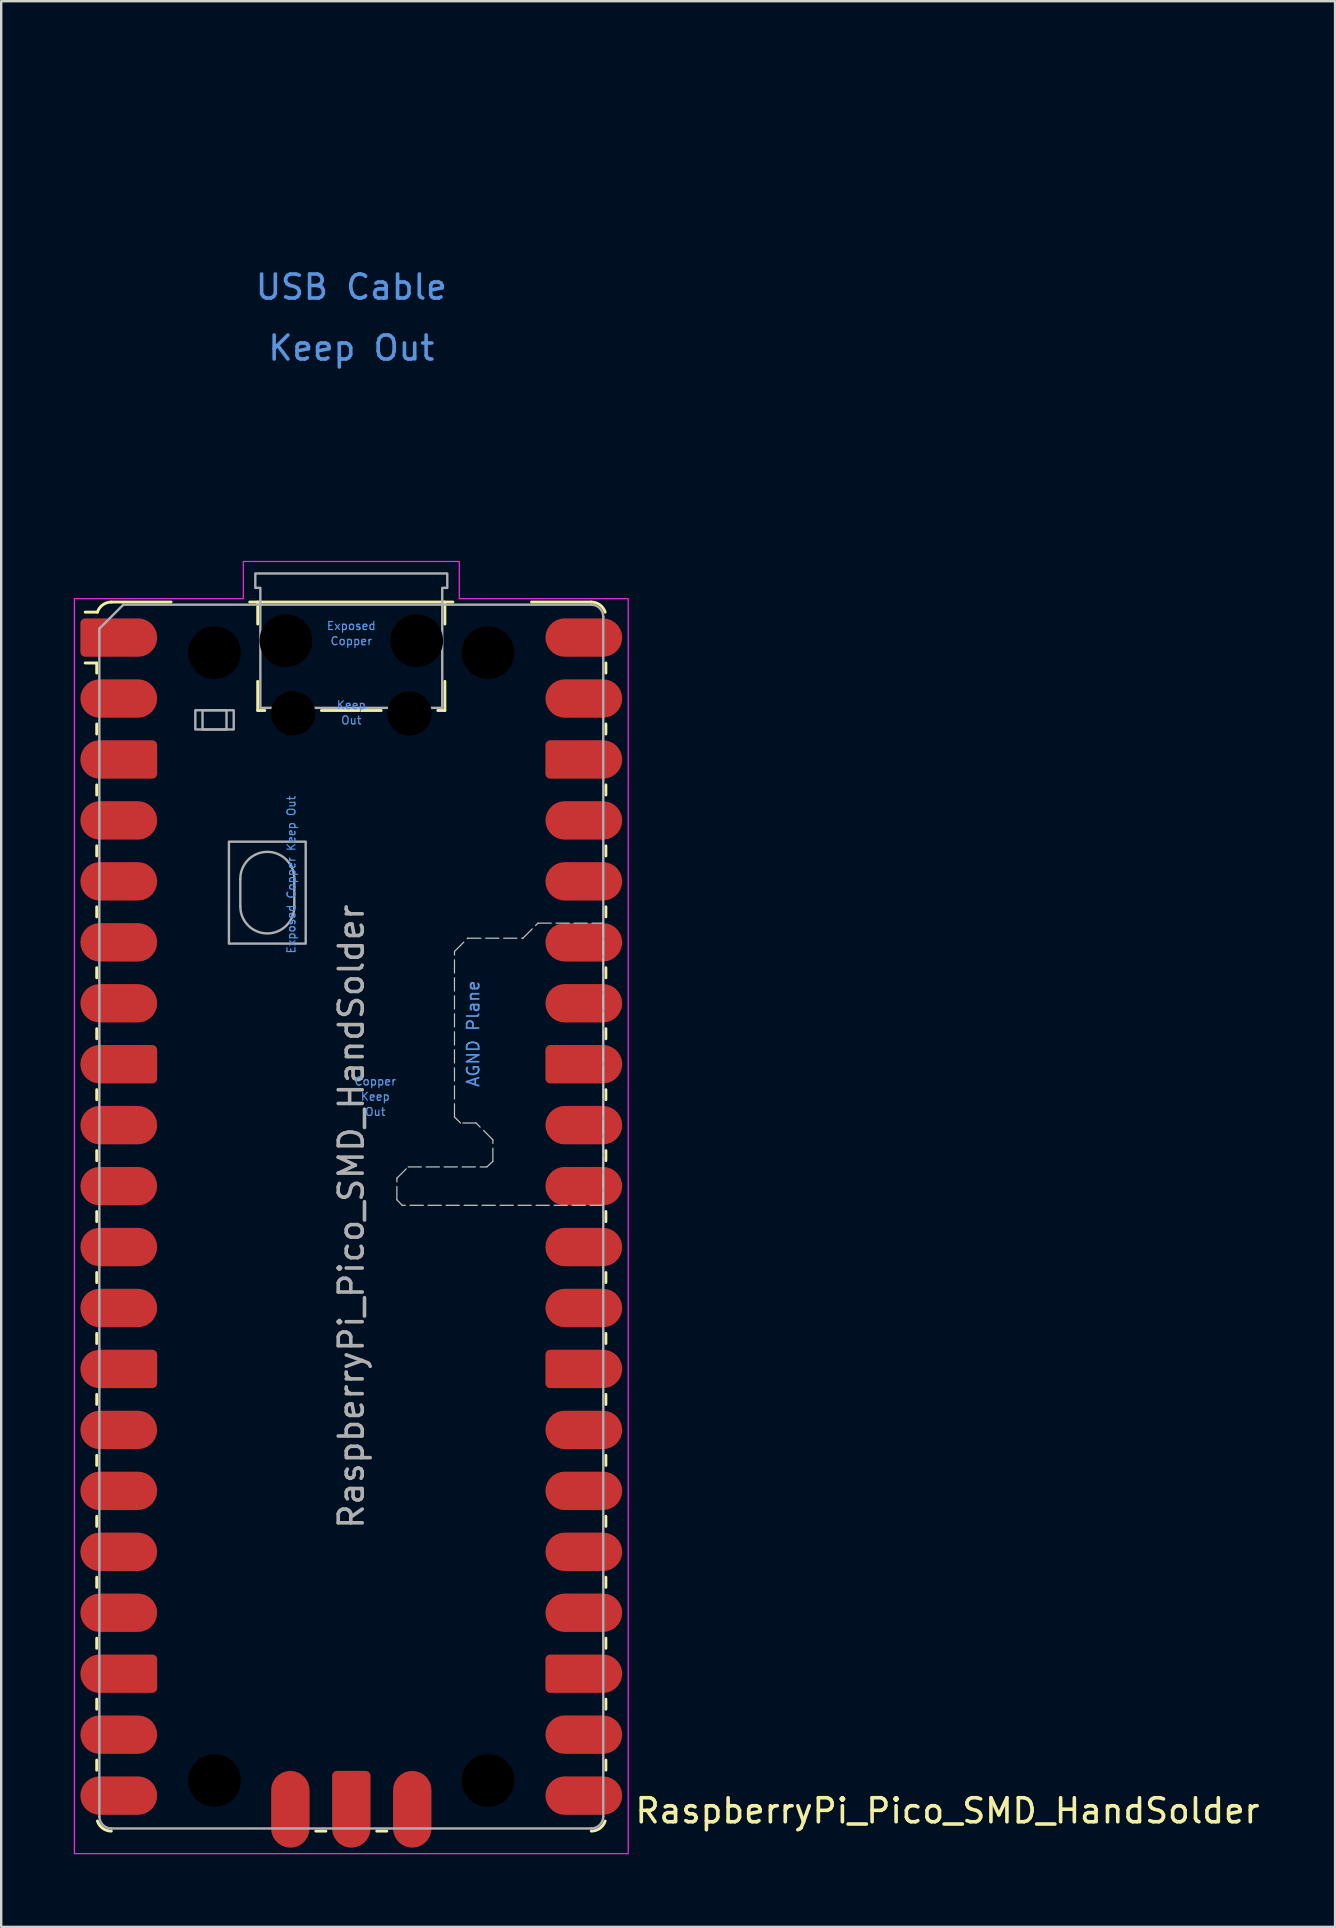
<source format=kicad_pcb>
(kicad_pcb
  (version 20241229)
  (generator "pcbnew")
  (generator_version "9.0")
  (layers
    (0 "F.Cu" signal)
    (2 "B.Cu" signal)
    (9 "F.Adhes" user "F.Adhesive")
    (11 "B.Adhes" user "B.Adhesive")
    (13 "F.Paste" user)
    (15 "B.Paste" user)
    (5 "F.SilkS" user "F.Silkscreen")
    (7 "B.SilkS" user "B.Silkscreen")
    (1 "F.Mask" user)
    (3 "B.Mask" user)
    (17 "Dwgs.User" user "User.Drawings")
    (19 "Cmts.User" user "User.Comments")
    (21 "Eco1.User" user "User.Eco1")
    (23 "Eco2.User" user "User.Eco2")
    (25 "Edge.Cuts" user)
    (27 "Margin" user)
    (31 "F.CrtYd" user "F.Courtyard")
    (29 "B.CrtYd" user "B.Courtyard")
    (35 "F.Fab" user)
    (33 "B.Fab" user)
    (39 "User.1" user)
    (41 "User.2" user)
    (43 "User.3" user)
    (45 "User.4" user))
  (footprint "RaspberryPi_Pico_SMD_HandSolder"
    (layer "F.Cu")
    (at 11.59 47.65)
    (property "Reference" "RaspberryPi_Pico_SMD_HandSolder" (at 11.748 24.765 0) (unlocked yes) (layer "F.SilkS") (effects (font (size 1 1) (thickness 0.15)) (justify left)))
    (attr smd)
    (fp_line (start -10.61 -23.07) (end -11.09 -23.07) (stroke (width 0.12) (type solid)) (layer "F.SilkS"))
    (fp_line (start -10.61 -23.07) (end -10.61 -22.65) (stroke (width 0.12) (type solid)) (layer "F.SilkS"))
    (fp_line (start -10.61 -20.53) (end -10.61 -20.11) (stroke (width 0.12) (type solid)) (layer "F.SilkS"))
    (fp_line (start -10.61 -17.99) (end -10.61 -17.57) (stroke (width 0.12) (type solid)) (layer "F.SilkS"))
    (fp_line (start -10.61 -15.45) (end -10.61 -15.03) (stroke (width 0.12) (type solid)) (layer "F.SilkS"))
    (fp_line (start -10.61 -12.91) (end -10.61 -12.49) (stroke (width 0.12) (type solid)) (layer "F.SilkS"))
    (fp_line (start -10.61 -10.37) (end -10.61 -9.95) (stroke (width 0.12) (type solid)) (layer "F.SilkS"))
    (fp_line (start -10.61 -7.83) (end -10.61 -7.41) (stroke (width 0.12) (type solid)) (layer "F.SilkS"))
    (fp_line (start -10.61 -5.29) (end -10.61 -4.87) (stroke (width 0.12) (type solid)) (layer "F.SilkS"))
    (fp_line (start -10.61 -2.75) (end -10.61 -2.33) (stroke (width 0.12) (type solid)) (layer "F.SilkS"))
    (fp_line (start -10.61 -0.21) (end -10.61 0.21) (stroke (width 0.12) (type solid)) (layer "F.SilkS"))
    (fp_line (start -10.61 2.33) (end -10.61 2.75) (stroke (width 0.12) (type solid)) (layer "F.SilkS"))
    (fp_line (start -10.61 4.87) (end -10.61 5.29) (stroke (width 0.12) (type solid)) (layer "F.SilkS"))
    (fp_line (start -10.61 7.41) (end -10.61 7.83) (stroke (width 0.12) (type solid)) (layer "F.SilkS"))
    (fp_line (start -10.61 9.95) (end -10.61 10.37) (stroke (width 0.12) (type solid)) (layer "F.SilkS"))
    (fp_line (start -10.61 12.49) (end -10.61 12.91) (stroke (width 0.12) (type solid)) (layer "F.SilkS"))
    (fp_line (start -10.61 15.03) (end -10.61 15.45) (stroke (width 0.12) (type solid)) (layer "F.SilkS"))
    (fp_line (start -10.61 17.57) (end -10.61 17.99) (stroke (width 0.12) (type solid)) (layer "F.SilkS"))
    (fp_line (start -10.61 20.11) (end -10.61 20.53) (stroke (width 0.12) (type solid)) (layer "F.SilkS"))
    (fp_line (start -10.61 22.65) (end -10.61 23.07) (stroke (width 0.12) (type solid)) (layer "F.SilkS"))
    (fp_line (start -10.58 -25.19) (end -11.09 -25.19) (stroke (width 0.12) (type solid)) (layer "F.SilkS"))
    (fp_line (start -10 -25.61) (end -7.51 -25.61) (stroke (width 0.12) (type solid)) (layer "F.SilkS"))
    (fp_line (start -4.235 -25.61) (end 4.235 -25.61) (stroke (width 0.12) (type solid)) (layer "F.SilkS"))
    (fp_line (start -3.9 -25.61) (end -3.9 -24.694) (stroke (width 0.12) (type solid)) (layer "F.SilkS"))
    (fp_line (start -3.9 -22.306) (end -3.9 -21.09) (stroke (width 0.12) (type solid)) (layer "F.SilkS"))
    (fp_line (start -3.9 -21.09) (end -3.604 -21.09) (stroke (width 0.12) (type solid)) (layer "F.SilkS"))
    (fp_line (start -1.48 25.61) (end -1.06 25.61) (stroke (width 0.12) (type solid)) (layer "F.SilkS"))
    (fp_line (start -1.246 -21.09) (end 1.246 -21.09) (stroke (width 0.12) (type solid)) (layer "F.SilkS"))
    (fp_line (start 1.06 25.61) (end 1.48 25.61) (stroke (width 0.12) (type solid)) (layer "F.SilkS"))
    (fp_line (start 3.604 -21.09) (end 3.9 -21.09) (stroke (width 0.12) (type solid)) (layer "F.SilkS"))
    (fp_line (start 3.9 -25.61) (end 3.9 -24.694) (stroke (width 0.12) (type solid)) (layer "F.SilkS"))
    (fp_line (start 3.9 -22.306) (end 3.9 -21.09) (stroke (width 0.12) (type solid)) (layer "F.SilkS"))
    (fp_line (start 10 -25.61) (end 7.51 -25.61) (stroke (width 0.12) (type solid)) (layer "F.SilkS"))
    (fp_line (start 10.61 -23.07) (end 10.61 -22.65) (stroke (width 0.12) (type solid)) (layer "F.SilkS"))
    (fp_line (start 10.61 -20.53) (end 10.61 -20.11) (stroke (width 0.12) (type solid)) (layer "F.SilkS"))
    (fp_line (start 10.61 -17.99) (end 10.61 -17.57) (stroke (width 0.12) (type solid)) (layer "F.SilkS"))
    (fp_line (start 10.61 -15.45) (end 10.61 -15.03) (stroke (width 0.12) (type solid)) (layer "F.SilkS"))
    (fp_line (start 10.61 -12.91) (end 10.61 -12.49) (stroke (width 0.12) (type solid)) (layer "F.SilkS"))
    (fp_line (start 10.61 -10.37) (end 10.61 -9.95) (stroke (width 0.12) (type solid)) (layer "F.SilkS"))
    (fp_line (start 10.61 -7.83) (end 10.61 -7.41) (stroke (width 0.12) (type solid)) (layer "F.SilkS"))
    (fp_line (start 10.61 -5.29) (end 10.61 -4.87) (stroke (width 0.12) (type solid)) (layer "F.SilkS"))
    (fp_line (start 10.61 -2.75) (end 10.61 -2.33) (stroke (width 0.12) (type solid)) (layer "F.SilkS"))
    (fp_line (start 10.61 -0.21) (end 10.61 0.21) (stroke (width 0.12) (type solid)) (layer "F.SilkS"))
    (fp_line (start 10.61 2.33) (end 10.61 2.75) (stroke (width 0.12) (type solid)) (layer "F.SilkS"))
    (fp_line (start 10.61 4.87) (end 10.61 5.29) (stroke (width 0.12) (type solid)) (layer "F.SilkS"))
    (fp_line (start 10.61 7.41) (end 10.61 7.83) (stroke (width 0.12) (type solid)) (layer "F.SilkS"))
    (fp_line (start 10.61 9.95) (end 10.61 10.37) (stroke (width 0.12) (type solid)) (layer "F.SilkS"))
    (fp_line (start 10.61 12.49) (end 10.61 12.91) (stroke (width 0.12) (type solid)) (layer "F.SilkS"))
    (fp_line (start 10.61 15.03) (end 10.61 15.45) (stroke (width 0.12) (type solid)) (layer "F.SilkS"))
    (fp_line (start 10.61 17.57) (end 10.61 17.99) (stroke (width 0.12) (type solid)) (layer "F.SilkS"))
    (fp_line (start 10.61 20.11) (end 10.61 20.53) (stroke (width 0.12) (type solid)) (layer "F.SilkS"))
    (fp_line (start 10.61 22.65) (end 10.61 23.07) (stroke (width 0.12) (type solid)) (layer "F.SilkS"))
    (fp_arc (start -10.579676 -25.19) (mid -10.357938 -25.493944) (end -10 -25.61) (stroke (width 0.12) (type solid)) (layer "F.SilkS"))
    (fp_arc (start -10 25.61) (mid -10.357937 25.493944) (end -10.579676 25.189937) (stroke (width 0.12) (type solid)) (layer "F.SilkS"))
    (fp_arc (start 10 -25.61) (mid 10.357937 -25.493944) (end 10.579676 -25.189937) (stroke (width 0.12) (type solid)) (layer "F.SilkS"))
    (fp_arc (start 10.579676 25.189937) (mid 10.357958 25.493991) (end 10 25.61) (stroke (width 0.12) (type solid)) (layer "F.SilkS"))
    (fp_poly (pts (xy 10.5 -0.47) (xy 2.12 -0.47) (xy 1.9 -0.7) (xy 1.9 -1.6) (xy 2.37 -2.07) (xy 5.65 -2.07) (xy 5.9 -2.3) (xy 5.9 -3.2) (xy 5.2 -3.9) (xy 4.55 -3.9) (xy 4.3 -4.15) (xy 4.3 -11.05) (xy 4.85 -11.6) (xy 7.15 -11.6) (xy 7.78 -12.23) (xy 10.5 -12.23)) (stroke (width 0.05) (type dash)) (fill no) (layer "Dwgs.User"))
    (fp_poly (pts (xy -4.5 -27.3) (xy 4.5 -27.3) (xy 4.5 -25.75) (xy 11.54 -25.75) (xy 11.54 26.55) (xy -11.54 26.55) (xy -11.54 -25.75) (xy -4.5 -25.75)) (stroke (width 0.05) (type solid)) (fill no) (layer "F.CrtYd"))
    (fp_line (start -10.5 -24.5) (end -9.5 -25.5) (stroke (width 0.1) (type solid)) (layer "F.Fab"))
    (fp_line (start -10.5 25) (end -10.5 -24.5) (stroke (width 0.1) (type solid)) (layer "F.Fab"))
    (fp_line (start -9.5 -25.5) (end 10 -25.5) (stroke (width 0.1) (type solid)) (layer "F.Fab"))
    (fp_line (start -4.625 -14.075) (end -4.625 -12.925) (stroke (width 0.1) (type solid)) (layer "F.Fab"))
    (fp_line (start -2.375 -14.075) (end -2.375 -12.925) (stroke (width 0.1) (type solid)) (layer "F.Fab"))
    (fp_line (start 10 25.5) (end -10 25.5) (stroke (width 0.1) (type solid)) (layer "F.Fab"))
    (fp_line (start 10.5 -25) (end 10.5 25) (stroke (width 0.1) (type solid)) (layer "F.Fab"))
    (fp_rect (start -6.5 -21.1) (end -4.9 -20.3) (stroke (width 0.1) (type solid)) (fill no) (layer "F.Fab"))
    (fp_rect (start -6.2 -21.1) (end -5.2 -20.3) (stroke (width 0.1) (type solid)) (fill no) (layer "F.Fab"))
    (fp_rect (start -5.1 -15.625) (end -1.9 -11.375) (stroke (width 0.1) (type solid)) (fill no) (layer "F.Fab"))
    (fp_arc (start -10 25.5) (mid -10.353553 25.353553) (end -10.5 25) (stroke (width 0.1) (type solid)) (layer "F.Fab"))
    (fp_arc (start -4.625 -14.075) (mid -3.5 -15.2) (end -2.375 -14.075) (stroke (width 0.1) (type solid)) (layer "F.Fab"))
    (fp_arc (start -2.375 -12.925) (mid -3.5 -11.8) (end -4.625 -12.925) (stroke (width 0.1) (type solid)) (layer "F.Fab"))
    (fp_arc (start 10 -25.5) (mid 10.353553 -25.353553) (end 10.5 -25) (stroke (width 0.1) (type solid)) (layer "F.Fab"))
    (fp_arc (start 10.5 25) (mid 10.353553 25.353553) (end 10 25.5) (stroke (width 0.1) (type solid)) (layer "F.Fab"))
    (fp_poly (pts (xy 3.79 -21.2) (xy 3.79 -26.2) (xy 4 -26.2) (xy 4 -26.8) (xy -4 -26.8) (xy -4 -26.2) (xy -3.79 -26.2) (xy -3.79 -21.2)) (stroke (width 0.1) (type solid)) (fill no) (layer "F.Fab"))
    (fp_text user "Copper" (at 0 -23.983 0) (unlocked yes) (layer "Cmts.User") (effects (font (size 0.333 0.333) (thickness 0.05))))
    (fp_text user "Keep" (at 0 -21.317 0) (unlocked yes) (layer "Cmts.User") (effects (font (size 0.333 0.333) (thickness 0.05))))
    (fp_text user "Keep Out" (at 0 -36.195 0) (unlocked yes) (layer "Cmts.User") (effects (font (size 1 1) (thickness 0.15))))
    (fp_text user "USB Cable" (at 0 -38.735 0) (unlocked yes) (layer "Cmts.User") (effects (font (size 1 1) (thickness 0.15))))
    (fp_text user "Exposed Copper Keep Out" (at -2.5 -14.25 90) (unlocked yes) (layer "Cmts.User") (effects (font (size 0.333 0.333) (thickness 0.05))))
    (fp_text user "Out" (at 1 -4.365 0) (unlocked yes) (layer "Cmts.User") (effects (font (size 0.333 0.333) (thickness 0.05))))
    (fp_text user "Out" (at 0 -20.683 0) (unlocked yes) (layer "Cmts.User") (effects (font (size 0.333 0.333) (thickness 0.05))))
    (fp_text user "Keep" (at 1 -5 0) (unlocked yes) (layer "Cmts.User") (effects (font (size 0.333 0.333) (thickness 0.05))))
    (fp_text user "Copper" (at 1 -5.635 0) (unlocked yes) (layer "Cmts.User") (effects (font (size 0.333 0.333) (thickness 0.05))))
    (fp_text user "AGND Plane" (at 5.08 -7.62 90) (unlocked yes) (layer "Cmts.User") (effects (font (size 0.5 0.5) (thickness 0.075))))
    (fp_text user "Exposed" (at 0 -24.617 0) (unlocked yes) (layer "Cmts.User") (effects (font (size 0.333 0.333) (thickness 0.05))))
    (fp_text user "${REFERENCE}" (at 0 0 90) (layer "F.Fab") (effects (font (size 1 1) (thickness 0.15))))
    (pad "" smd rect (at -8.89 -24.13) (size 3.8 2.2) (drill (offset -0.8 0)) (layers "F.Paste"))
    (pad "" smd rect (at -8.89 -21.59) (size 3.8 2.2) (drill (offset -0.8 0)) (layers "F.Paste"))
    (pad "" smd rect (at -8.89 -19.05) (size 3.8 2.2) (drill (offset -0.8 0)) (layers "F.Paste"))
    (pad "" smd rect (at -8.89 -16.51) (size 3.8 2.2) (drill (offset -0.8 0)) (layers "F.Paste"))
    (pad "" smd rect (at -8.89 -13.97) (size 3.8 2.2) (drill (offset -0.8 0)) (layers "F.Paste"))
    (pad "" smd rect (at -8.89 -11.43) (size 3.8 2.2) (drill (offset -0.8 0)) (layers "F.Paste"))
    (pad "" smd rect (at -8.89 -8.89) (size 3.8 2.2) (drill (offset -0.8 0)) (layers "F.Paste"))
    (pad "" smd rect (at -8.89 -6.35) (size 3.8 2.2) (drill (offset -0.8 0)) (layers "F.Paste"))
    (pad "" smd rect (at -8.89 -3.81) (size 3.8 2.2) (drill (offset -0.8 0)) (layers "F.Paste"))
    (pad "" smd rect (at -8.89 -1.27) (size 3.8 2.2) (drill (offset -0.8 0)) (layers "F.Paste"))
    (pad "" smd rect (at -8.89 1.27) (size 3.8 2.2) (drill (offset -0.8 0)) (layers "F.Paste"))
    (pad "" smd rect (at -8.89 3.81) (size 3.8 2.2) (drill (offset -0.8 0)) (layers "F.Paste"))
    (pad "" smd rect (at -8.89 6.35) (size 3.8 2.2) (drill (offset -0.8 0)) (layers "F.Paste"))
    (pad "" smd rect (at -8.89 8.89) (size 3.8 2.2) (drill (offset -0.8 0)) (layers "F.Paste"))
    (pad "" smd rect (at -8.89 11.43) (size 3.8 2.2) (drill (offset -0.8 0)) (layers "F.Paste"))
    (pad "" smd rect (at -8.89 13.97) (size 3.8 2.2) (drill (offset -0.8 0)) (layers "F.Paste"))
    (pad "" smd rect (at -8.89 16.51) (size 3.8 2.2) (drill (offset -0.8 0)) (layers "F.Paste"))
    (pad "" smd rect (at -8.89 19.05) (size 3.8 2.2) (drill (offset -0.8 0)) (layers "F.Paste"))
    (pad "" smd rect (at -8.89 21.59) (size 3.8 2.2) (drill (offset -0.8 0)) (layers "F.Paste"))
    (pad "" smd rect (at -8.89 24.13) (size 3.8 2.2) (drill (offset -0.8 0)) (layers "F.Paste"))
    (pad "" np_thru_hole circle (at -5.7 -23.5) (size 3 3) (drill 2.2) (layers "*.Mask"))
    (pad "" np_thru_hole circle (at -5.7 23.5) (size 3 3) (drill 2.2) (layers "*.Mask"))
    (pad "" np_thru_hole circle (at -2.725 -24) (size 2.2 2.2) (drill 2.2) (layers "*.Mask"))
    (pad "" smd rect (at -2.54 23.9) (size 2.2 3.8) (drill (offset 0 0.8)) (layers "F.Paste"))
    (pad "" np_thru_hole circle (at -2.425 -20.97) (size 1.85 1.85) (drill 1.85) (layers "*.Mask"))
    (pad "" smd rect (at 0 23.9) (size 2.2 3.8) (drill (offset 0 0.8)) (layers "F.Paste"))
    (pad "" np_thru_hole circle (at 2.425 -20.97) (size 1.85 1.85) (drill 1.85) (layers "*.Mask"))
    (pad "" smd rect (at 2.54 23.9) (size 2.2 3.8) (drill (offset 0 0.8)) (layers "F.Paste"))
    (pad "" np_thru_hole circle (at 2.725 -24) (size 2.2 2.2) (drill 2.2) (layers "*.Mask"))
    (pad "" np_thru_hole circle (at 5.7 -23.5) (size 3 3) (drill 2.2) (layers "*.Mask"))
    (pad "" np_thru_hole circle (at 5.7 23.5) (size 3 3) (drill 2.2) (layers "*.Mask"))
    (pad "" smd rect (at 8.89 -24.13) (size 3.8 2.2) (drill (offset 0.8 0)) (layers "F.Paste"))
    (pad "" smd rect (at 8.89 -21.59) (size 3.8 2.2) (drill (offset 0.8 0)) (layers "F.Paste"))
    (pad "" smd rect (at 8.89 -19.05) (size 3.8 2.2) (drill (offset 0.8 0)) (layers "F.Paste"))
    (pad "" smd rect (at 8.89 -16.51) (size 3.8 2.2) (drill (offset 0.8 0)) (layers "F.Paste"))
    (pad "" smd rect (at 8.89 -13.97) (size 3.8 2.2) (drill (offset 0.8 0)) (layers "F.Paste"))
    (pad "" smd rect (at 8.89 -11.43) (size 3.8 2.2) (drill (offset 0.8 0)) (layers "F.Paste"))
    (pad "" smd rect (at 8.89 -8.89) (size 3.8 2.2) (drill (offset 0.8 0)) (layers "F.Paste"))
    (pad "" smd rect (at 8.89 -6.35) (size 3.8 2.2) (drill (offset 0.8 0)) (layers "F.Paste"))
    (pad "" smd rect (at 8.89 -3.81) (size 3.8 2.2) (drill (offset 0.8 0)) (layers "F.Paste"))
    (pad "" smd rect (at 8.89 -1.27) (size 3.8 2.2) (drill (offset 0.8 0)) (layers "F.Paste"))
    (pad "" smd rect (at 8.89 1.27) (size 3.8 2.2) (drill (offset 0.8 0)) (layers "F.Paste"))
    (pad "" smd rect (at 8.89 3.81) (size 3.8 2.2) (drill (offset 0.8 0)) (layers "F.Paste"))
    (pad "" smd rect (at 8.89 6.35) (size 3.8 2.2) (drill (offset 0.8 0)) (layers "F.Paste"))
    (pad "" smd rect (at 8.89 8.89) (size 3.8 2.2) (drill (offset 0.8 0)) (layers "F.Paste"))
    (pad "" smd rect (at 8.89 11.43) (size 3.8 2.2) (drill (offset 0.8 0)) (layers "F.Paste"))
    (pad "" smd rect (at 8.89 13.97) (size 3.8 2.2) (drill (offset 0.8 0)) (layers "F.Paste"))
    (pad "" smd rect (at 8.89 16.51) (size 3.8 2.2) (drill (offset 0.8 0)) (layers "F.Paste"))
    (pad "" smd rect (at 8.89 19.05) (size 3.8 2.2) (drill (offset 0.8 0)) (layers "F.Paste"))
    (pad "" smd rect (at 8.89 21.59) (size 3.8 2.2) (drill (offset 0.8 0)) (layers "F.Paste"))
    (pad "" smd rect (at 8.89 24.13) (size 3.8 2.2) (drill (offset 0.8 0)) (layers "F.Paste"))
    (pad "1" smd custom (at -9.69 -24.13) (size 1.6 0.8) (layers "F.Cu" "F.Mask") (options (anchor rect)) (primitives (gr_circle (center 0.8 0) (end 1.6 0) (width 0) (fill yes)) (gr_poly (pts (xy -1.6 -0.6) (xy -1.6 0.6) (xy -1.4 0.8) (xy 0.8 0.8) (xy 0.8 -0.8) (xy -1.4 -0.8)) (width 0) (fill yes)) (gr_circle (center -1.4 -0.6) (end -1.2 -0.6) (width 0) (fill yes)) (gr_circle (center -1.4 0.6) (end -1.2 0.6) (width 0) (fill yes))))
    (pad "2" smd roundrect (at -9.69 -21.59) (size 3.2 1.6) (layers "F.Cu" "F.Mask") (roundrect_rratio 0.5))
    (pad "3" smd custom (at -9.69 -19.05) (size 1.6 0.8) (layers "F.Cu" "F.Mask") (options (anchor rect)) (primitives (gr_circle (center -0.8 0) (end 0 0) (width 0) (fill yes)) (gr_poly (pts (xy 1.6 -0.6) (xy 1.6 0.6) (xy 1.4 0.8) (xy -0.8 0.8) (xy -0.8 -0.8) (xy 1.4 -0.8)) (width 0) (fill yes)) (gr_circle (center 1.4 -0.6) (end 1.6 -0.6) (width 0) (fill yes)) (gr_circle (center 1.4 0.6) (end 1.6 0.6) (width 0) (fill yes))))
    (pad "4" smd roundrect (at -9.69 -16.51) (size 3.2 1.6) (layers "F.Cu" "F.Mask") (roundrect_rratio 0.5))
    (pad "5" smd roundrect (at -9.69 -13.97) (size 3.2 1.6) (layers "F.Cu" "F.Mask") (roundrect_rratio 0.5))
    (pad "6" smd roundrect (at -9.69 -11.43) (size 3.2 1.6) (layers "F.Cu" "F.Mask") (roundrect_rratio 0.5))
    (pad "7" smd roundrect (at -9.69 -8.89) (size 3.2 1.6) (layers "F.Cu" "F.Mask") (roundrect_rratio 0.5))
    (pad "8" smd custom (at -9.69 -6.35) (size 1.6 0.8) (layers "F.Cu" "F.Mask") (options (anchor rect)) (primitives (gr_circle (center -0.8 0) (end 0 0) (width 0) (fill yes)) (gr_poly (pts (xy 1.6 -0.6) (xy 1.6 0.6) (xy 1.4 0.8) (xy -0.8 0.8) (xy -0.8 -0.8) (xy 1.4 -0.8)) (width 0) (fill yes)) (gr_circle (center 1.4 -0.6) (end 1.6 -0.6) (width 0) (fill yes)) (gr_circle (center 1.4 0.6) (end 1.6 0.6) (width 0) (fill yes))))
    (pad "9" smd roundrect (at -9.69 -3.81) (size 3.2 1.6) (layers "F.Cu" "F.Mask") (roundrect_rratio 0.5))
    (pad "10" smd roundrect (at -9.69 -1.27) (size 3.2 1.6) (layers "F.Cu" "F.Mask") (roundrect_rratio 0.5))
    (pad "11" smd roundrect (at -9.69 1.27) (size 3.2 1.6) (layers "F.Cu" "F.Mask") (roundrect_rratio 0.5))
    (pad "12" smd roundrect (at -9.69 3.81) (size 3.2 1.6) (layers "F.Cu" "F.Mask") (roundrect_rratio 0.5))
    (pad "13" smd custom (at -9.69 6.35) (size 1.6 0.8) (layers "F.Cu" "F.Mask") (options (anchor rect)) (primitives (gr_circle (center -0.8 0) (end 0 0) (width 0) (fill yes)) (gr_poly (pts (xy 1.6 -0.6) (xy 1.6 0.6) (xy 1.4 0.8) (xy -0.8 0.8) (xy -0.8 -0.8) (xy 1.4 -0.8)) (width 0) (fill yes)) (gr_circle (center 1.4 -0.6) (end 1.6 -0.6) (width 0) (fill yes)) (gr_circle (center 1.4 0.6) (end 1.6 0.6) (width 0) (fill yes))))
    (pad "14" smd roundrect (at -9.69 8.89) (size 3.2 1.6) (layers "F.Cu" "F.Mask") (roundrect_rratio 0.5))
    (pad "15" smd roundrect (at -9.69 11.43) (size 3.2 1.6) (layers "F.Cu" "F.Mask") (roundrect_rratio 0.5))
    (pad "16" smd roundrect (at -9.69 13.97) (size 3.2 1.6) (layers "F.Cu" "F.Mask") (roundrect_rratio 0.5))
    (pad "17" smd roundrect (at -9.69 16.51) (size 3.2 1.6) (layers "F.Cu" "F.Mask") (roundrect_rratio 0.5))
    (pad "18" smd custom (at -9.69 19.05) (size 1.6 0.8) (layers "F.Cu" "F.Mask") (options (anchor rect)) (primitives (gr_circle (center -0.8 0) (end 0 0) (width 0) (fill yes)) (gr_poly (pts (xy 1.6 -0.6) (xy 1.6 0.6) (xy 1.4 0.8) (xy -0.8 0.8) (xy -0.8 -0.8) (xy 1.4 -0.8)) (width 0) (fill yes)) (gr_circle (center 1.4 -0.6) (end 1.6 -0.6) (width 0) (fill yes)) (gr_circle (center 1.4 0.6) (end 1.6 0.6) (width 0) (fill yes))))
    (pad "19" smd roundrect (at -9.69 21.59) (size 3.2 1.6) (layers "F.Cu" "F.Mask") (roundrect_rratio 0.5))
    (pad "20" smd roundrect (at -9.69 24.13) (size 3.2 1.6) (layers "F.Cu" "F.Mask") (roundrect_rratio 0.5))
    (pad "21" smd roundrect (at 9.69 24.13) (size 3.2 1.6) (layers "F.Cu" "F.Mask") (roundrect_rratio 0.5))
    (pad "22" smd roundrect (at 9.69 21.59) (size 3.2 1.6) (layers "F.Cu" "F.Mask") (roundrect_rratio 0.5))
    (pad "23" smd custom (at 9.69 19.05) (size 1.6 0.8) (layers "F.Cu" "F.Mask") (options (anchor rect)) (primitives (gr_circle (center 0.8 0) (end 1.6 0) (width 0) (fill yes)) (gr_poly (pts (xy -1.6 -0.6) (xy -1.6 0.6) (xy -1.4 0.8) (xy 0.8 0.8) (xy 0.8 -0.8) (xy -1.4 -0.8)) (width 0) (fill yes)) (gr_circle (center -1.4 -0.6) (end -1.2 -0.6) (width 0) (fill yes)) (gr_circle (center -1.4 0.6) (end -1.2 0.6) (width 0) (fill yes))))
    (pad "24" smd roundrect (at 9.69 16.51) (size 3.2 1.6) (layers "F.Cu" "F.Mask") (roundrect_rratio 0.5))
    (pad "25" smd roundrect (at 9.69 13.97) (size 3.2 1.6) (layers "F.Cu" "F.Mask") (roundrect_rratio 0.5))
    (pad "26" smd roundrect (at 9.69 11.43) (size 3.2 1.6) (layers "F.Cu" "F.Mask") (roundrect_rratio 0.5))
    (pad "27" smd roundrect (at 9.69 8.89) (size 3.2 1.6) (layers "F.Cu" "F.Mask") (roundrect_rratio 0.5))
    (pad "28" smd custom (at 9.69 6.35) (size 1.6 0.8) (layers "F.Cu" "F.Mask") (options (anchor rect)) (primitives (gr_circle (center 0.8 0) (end 1.6 0) (width 0) (fill yes)) (gr_poly (pts (xy -1.6 -0.6) (xy -1.6 0.6) (xy -1.4 0.8) (xy 0.8 0.8) (xy 0.8 -0.8) (xy -1.4 -0.8)) (width 0) (fill yes)) (gr_circle (center -1.4 -0.6) (end -1.2 -0.6) (width 0) (fill yes)) (gr_circle (center -1.4 0.6) (end -1.2 0.6) (width 0) (fill yes))))
    (pad "29" smd roundrect (at 9.69 3.81) (size 3.2 1.6) (layers "F.Cu" "F.Mask") (roundrect_rratio 0.5))
    (pad "30" smd roundrect (at 9.69 1.27) (size 3.2 1.6) (layers "F.Cu" "F.Mask") (roundrect_rratio 0.5))
    (pad "31" smd roundrect (at 9.69 -1.27) (size 3.2 1.6) (layers "F.Cu" "F.Mask") (roundrect_rratio 0.5))
    (pad "32" smd roundrect (at 9.69 -3.81) (size 3.2 1.6) (layers "F.Cu" "F.Mask") (roundrect_rratio 0.5))
    (pad "33" smd custom (at 9.69 -6.35) (size 1.6 0.8) (layers "F.Cu" "F.Mask") (options (anchor rect)) (primitives (gr_circle (center 0.8 0) (end 1.6 0) (width 0) (fill yes)) (gr_poly (pts (xy -1.6 -0.6) (xy -1.6 0.6) (xy -1.4 0.8) (xy 0.8 0.8) (xy 0.8 -0.8) (xy -1.4 -0.8)) (width 0) (fill yes)) (gr_circle (center -1.4 -0.6) (end -1.2 -0.6) (width 0) (fill yes)) (gr_circle (center -1.4 0.6) (end -1.2 0.6) (width 0) (fill yes))))
    (pad "34" smd roundrect (at 9.69 -8.89) (size 3.2 1.6) (layers "F.Cu" "F.Mask") (roundrect_rratio 0.5))
    (pad "35" smd roundrect (at 9.69 -11.43) (size 3.2 1.6) (layers "F.Cu" "F.Mask") (roundrect_rratio 0.5))
    (pad "36" smd roundrect (at 9.69 -13.97) (size 3.2 1.6) (layers "F.Cu" "F.Mask") (roundrect_rratio 0.5))
    (pad "37" smd roundrect (at 9.69 -16.51) (size 3.2 1.6) (layers "F.Cu" "F.Mask") (roundrect_rratio 0.5))
    (pad "38" smd custom (at 9.69 -19.05) (size 1.6 0.8) (layers "F.Cu" "F.Mask") (options (anchor rect)) (primitives (gr_circle (center 0.8 0) (end 1.6 0) (width 0) (fill yes)) (gr_poly (pts (xy -1.6 -0.6) (xy -1.6 0.6) (xy -1.4 0.8) (xy 0.8 0.8) (xy 0.8 -0.8) (xy -1.4 -0.8)) (width 0) (fill yes)) (gr_circle (center -1.4 -0.6) (end -1.2 -0.6) (width 0) (fill yes)) (gr_circle (center -1.4 0.6) (end -1.2 0.6) (width 0) (fill yes))))
    (pad "39" smd roundrect (at 9.69 -21.59) (size 3.2 1.6) (layers "F.Cu" "F.Mask") (roundrect_rratio 0.5))
    (pad "40" smd roundrect (at 9.69 -24.13) (size 3.2 1.6) (layers "F.Cu" "F.Mask") (roundrect_rratio 0.5))
    (pad "D1" smd roundrect (at -2.54 23.9 90) (size 3.2 1.6) (drill (offset -0.8 0)) (layers "F.Cu" "F.Mask") (roundrect_rratio 0.5))
    (pad "D2" smd custom (at 0 23.9 270) (size 1.6 1.6) (layers "F.Cu" "F.Mask") (options (anchor circle)) (primitives (gr_poly (pts (xy -0.8 -0.6) (xy -0.8 0.6) (xy -0.6 0.8) (xy 1.6 0.8) (xy 1.6 -0.8) (xy -0.6 -0.8)) (width 0) (fill yes)) (gr_circle (center -0.6 0.6) (end -0.4 0.6) (width 0) (fill yes)) (gr_circle (center -0.6 -0.6) (end -0.4 -0.6) (width 0) (fill yes)) (gr_circle (center 1.6 0) (end 2.4 0) (width 0) (fill yes))))
    (pad "D3" smd roundrect (at 2.54 23.9 90) (size 3.2 1.6) (drill (offset -0.8 0)) (layers "F.Cu" "F.Mask") (roundrect_rratio 0.5))
    (zone (net_name "") (layers "F.Cu" "F.Paste") (name "Pad Keep Out TP6") (hatch full 0.5) (connect_pads) (min_thickness 0.25) (filled_areas_thickness no) (keepout (tracks not_allowed) (vias not_allowed) (pads not_allowed) (copperpour not_allowed) (footprints allowed)) (placement (enabled no)) (fill) (polygon (pts (xy 8.574 37.598) (xy 8.448 37.564) (xy 8.334 37.498) (xy 8.242 37.406) (xy 8.176 37.292) (xy 8.142 37.166) (xy 8.14 37.1) (xy 8.14 33.4) (xy 10.04 33.4) (xy 10.04 37.1) (xy 10.038 37.166) (xy 10.004 37.292) (xy 9.938 37.406) (xy 9.846 37.498) (xy 9.732 37.564) (xy 9.606 37.598) (xy 9.54 37.6) (xy 8.64 37.6))))
    (zone (net_name "") (layers "F.Cu" "F.Paste") (name "Pad Keep Out TP3") (hatch full 0.5) (connect_pads) (min_thickness 0.25) (filled_areas_thickness no) (keepout (tracks not_allowed) (vias not_allowed) (pads not_allowed) (copperpour not_allowed) (footprints allowed)) (placement (enabled no)) (fill) (polygon (pts (xy 9.642 22.834) (xy 9.676 22.708) (xy 9.742 22.594) (xy 9.834 22.502) (xy 9.948 22.436) (xy 10.074 22.402) (xy 10.14 22.4) (xy 10.59 22.4) (xy 10.59 24.3) (xy 10.14 24.3) (xy 10.074 24.298) (xy 9.948 24.264) (xy 9.834 24.198) (xy 9.742 24.106) (xy 9.676 23.992) (xy 9.642 23.866) (xy 9.64 23.8) (xy 9.64 22.9))))
    (zone (net_name "") (layers "F.Cu" "F.Paste") (name "Pad Keep Out TP4") (hatch full 0.5) (connect_pads) (min_thickness 0.25) (filled_areas_thickness no) (keepout (tracks not_allowed) (vias not_allowed) (pads not_allowed) (copperpour not_allowed) (footprints allowed)) (placement (enabled no)) (fill) (polygon (pts (xy 10.04 33.4) (xy 10.04 29.7) (xy 10.038 29.634) (xy 10.004 29.508) (xy 9.938 29.394) (xy 9.846 29.302) (xy 9.732 29.236) (xy 9.606 29.202) (xy 9.54 29.2) (xy 8.64 29.2) (xy 8.574 29.202) (xy 8.448 29.236) (xy 8.334 29.302) (xy 8.242 29.394) (xy 8.176 29.508) (xy 8.142 29.634) (xy 8.14 29.7) (xy 8.14 33.4))))
    (zone (net_name "") (layers "F.Cu" "F.Paste") (name "Pad Keep Out TP3") (hatch full 0.5) (connect_pads) (min_thickness 0.25) (filled_areas_thickness no) (keepout (tracks not_allowed) (vias not_allowed) (pads not_allowed) (copperpour not_allowed) (footprints allowed)) (placement (enabled no)) (fill) (polygon (pts (xy 10.59 24.3) (xy 11.04 24.3) (xy 11.106 24.298) (xy 11.232 24.264) (xy 11.346 24.198) (xy 11.438 24.106) (xy 11.504 23.992) (xy 11.538 23.866) (xy 11.54 23.8) (xy 11.54 22.9) (xy 11.538 22.834) (xy 11.504 22.708) (xy 11.438 22.594) (xy 11.346 22.502) (xy 11.232 22.436) (xy 11.106 22.402) (xy 11.04 22.4) (xy 10.59 22.4))))
    (zone (net_name "") (layers "F.Cu" "F.Paste") (name "Pad Keep Out TP1") (hatch full 0.5) (connect_pads) (min_thickness 0.25) (filled_areas_thickness no) (keepout (tracks not_allowed) (vias not_allowed) (pads not_allowed) (copperpour not_allowed) (footprints allowed)) (placement (enabled no)) (fill) (polygon (pts (xy 10.642 26.134) (xy 10.676 26.008) (xy 10.742 25.894) (xy 10.834 25.802) (xy 10.948 25.736) (xy 11.074 25.702) (xy 11.14 25.7) (xy 11.59 25.7) (xy 11.59 27.6) (xy 11.14 27.6) (xy 11.074 27.598) (xy 10.948 27.564) (xy 10.834 27.498) (xy 10.742 27.406) (xy 10.676 27.292) (xy 10.642 27.166) (xy 10.64 27.1) (xy 10.64 26.2))))
    (zone (net_name "") (layers "F.Cu" "F.Paste") (name "Pad Keep Out TP1") (hatch full 0.5) (connect_pads) (min_thickness 0.25) (filled_areas_thickness no) (keepout (tracks not_allowed) (vias not_allowed) (pads not_allowed) (copperpour not_allowed) (footprints allowed)) (placement (enabled no)) (fill) (polygon (pts (xy 11.59 27.6) (xy 12.04 27.6) (xy 12.106 27.598) (xy 12.232 27.564) (xy 12.346 27.498) (xy 12.438 27.406) (xy 12.504 27.292) (xy 12.538 27.166) (xy 12.54 27.1) (xy 12.54 26.2) (xy 12.538 26.134) (xy 12.504 26.008) (xy 12.438 25.894) (xy 12.346 25.802) (xy 12.232 25.736) (xy 12.106 25.702) (xy 12.04 25.7) (xy 11.59 25.7))))
    (zone (net_name "") (layers "F.Cu" "F.Paste") (name "Pad Keep Out TP2") (hatch full 0.5) (connect_pads) (min_thickness 0.25) (filled_areas_thickness no) (keepout (tracks not_allowed) (vias not_allowed) (pads not_allowed) (copperpour not_allowed) (footprints allowed)) (placement (enabled no)) (fill) (polygon (pts (xy 11.642 22.849) (xy 11.676 22.723) (xy 11.742 22.609) (xy 11.834 22.517) (xy 11.948 22.451) (xy 12.074 22.417) (xy 12.14 22.415) (xy 12.59 22.415) (xy 12.59 24.315) (xy 12.14 24.315) (xy 12.074 24.313) (xy 11.948 24.279) (xy 11.834 24.213) (xy 11.742 24.121) (xy 11.676 24.007) (xy 11.642 23.881) (xy 11.64 23.815) (xy 11.64 22.915))))
    (zone (net_name "") (layers "F.Cu" "F.Paste") (name "Pad Keep Out TP7") (hatch full 0.5) (connect_pads) (min_thickness 0.25) (filled_areas_thickness no) (keepout (tracks not_allowed) (vias not_allowed) (pads not_allowed) (copperpour not_allowed) (footprints allowed)) (placement (enabled no)) (fill) (polygon (pts (xy 11.642 42.134) (xy 11.676 42.008) (xy 11.742 41.894) (xy 11.834 41.802) (xy 11.948 41.736) (xy 12.074 41.702) (xy 12.14 41.7) (xy 12.59 41.7) (xy 12.59 43.6) (xy 12.14 43.6) (xy 12.074 43.598) (xy 11.948 43.564) (xy 11.834 43.498) (xy 11.742 43.406) (xy 11.676 43.292) (xy 11.642 43.166) (xy 11.64 43.1) (xy 11.64 42.2))))
    (zone (net_name "") (layers "F.Cu" "F.Paste") (name "Pad Keep Out TP2") (hatch full 0.5) (connect_pads) (min_thickness 0.25) (filled_areas_thickness no) (keepout (tracks not_allowed) (vias not_allowed) (pads not_allowed) (copperpour not_allowed) (footprints allowed)) (placement (enabled no)) (fill) (polygon (pts (xy 12.59 24.315) (xy 13.04 24.315) (xy 13.106 24.313) (xy 13.232 24.279) (xy 13.346 24.213) (xy 13.438 24.121) (xy 13.504 24.007) (xy 13.538 23.881) (xy 13.54 23.815) (xy 13.54 22.915) (xy 13.538 22.849) (xy 13.504 22.723) (xy 13.438 22.609) (xy 13.346 22.517) (xy 13.232 22.451) (xy 13.106 22.417) (xy 13.04 22.415) (xy 12.59 22.415))))
    (zone (net_name "") (layers "F.Cu" "F.Paste") (name "Pad Keep Out TP7") (hatch full 0.5) (connect_pads) (min_thickness 0.25) (filled_areas_thickness no) (keepout (tracks not_allowed) (vias not_allowed) (pads not_allowed) (copperpour not_allowed) (footprints allowed)) (placement (enabled no)) (fill) (polygon (pts (xy 12.59 43.6) (xy 13.04 43.6) (xy 13.106 43.598) (xy 13.232 43.564) (xy 13.346 43.498) (xy 13.438 43.406) (xy 13.504 43.292) (xy 13.538 43.166) (xy 13.54 43.1) (xy 13.54 42.2) (xy 13.538 42.134) (xy 13.504 42.008) (xy 13.438 41.894) (xy 13.346 41.802) (xy 13.232 41.736) (xy 13.106 41.702) (xy 13.04 41.7) (xy 12.59 41.7))))
    (zone (net_name "") (layer "Edge.Cuts") (name "Board Keep Out USB Cable") (hatch edge 0.5) (connect_pads) (min_thickness 0.254) (filled_areas_thickness no) (keepout (tracks allowed) (vias allowed) (pads allowed) (copperpour allowed) (footprints allowed)) (placement (enabled no)) (fill) (polygon (pts (xy 5.39 0) (xy 17.79 0) (xy 17.79 20.4) (xy 5.39 20.4))))
    (zone (net_name "") (layer "F.CrtYd") (name "USB Cable Keep Out") (hatch full 0.5) (connect_pads) (min_thickness 0.254) (filled_areas_thickness no) (keepout (tracks allowed) (vias allowed) (pads allowed) (copperpour allowed) (footprints not_allowed)) (placement (enabled no)) (fill) (polygon (pts (xy 5.84 19.95) (xy 7.65 19.95) (xy 7.65 20.35) (xy 15.53 20.35) (xy 15.53 19.95) (xy 17.34 19.95) (xy 17.34 0.45) (xy 5.84 0.45)))))
  (gr_rect
    (start -3 -3)
    (end 52.588 77.25)
    (stroke (width 0.1) (type default))
    (fill no)
    (layer "Edge.Cuts")))
</source>
